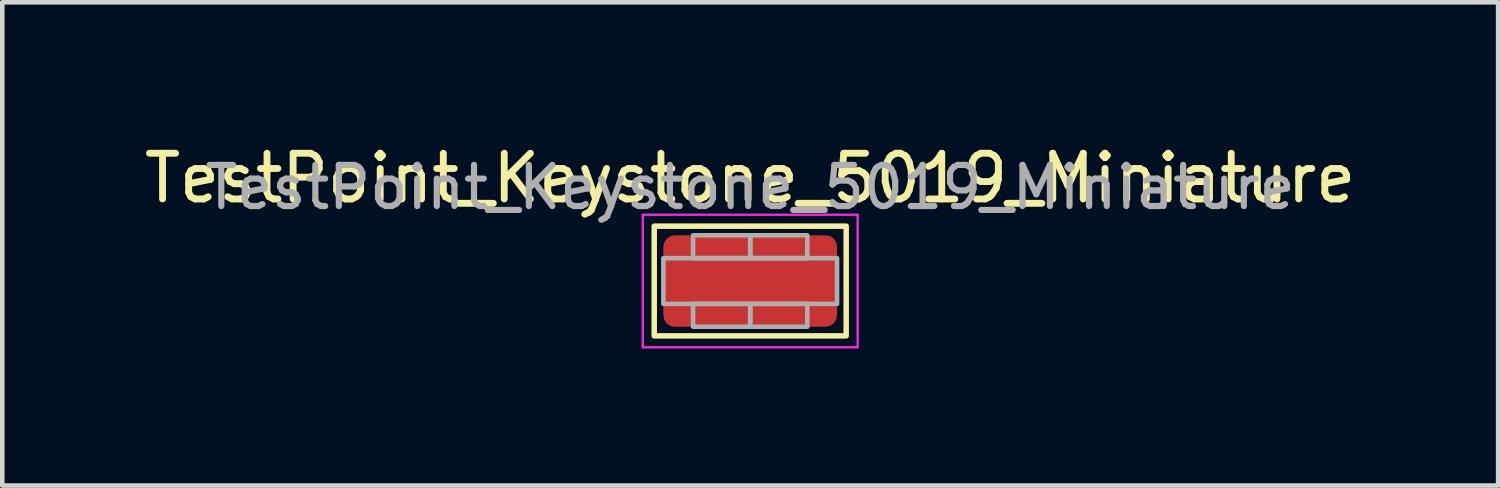
<source format=kicad_pcb>
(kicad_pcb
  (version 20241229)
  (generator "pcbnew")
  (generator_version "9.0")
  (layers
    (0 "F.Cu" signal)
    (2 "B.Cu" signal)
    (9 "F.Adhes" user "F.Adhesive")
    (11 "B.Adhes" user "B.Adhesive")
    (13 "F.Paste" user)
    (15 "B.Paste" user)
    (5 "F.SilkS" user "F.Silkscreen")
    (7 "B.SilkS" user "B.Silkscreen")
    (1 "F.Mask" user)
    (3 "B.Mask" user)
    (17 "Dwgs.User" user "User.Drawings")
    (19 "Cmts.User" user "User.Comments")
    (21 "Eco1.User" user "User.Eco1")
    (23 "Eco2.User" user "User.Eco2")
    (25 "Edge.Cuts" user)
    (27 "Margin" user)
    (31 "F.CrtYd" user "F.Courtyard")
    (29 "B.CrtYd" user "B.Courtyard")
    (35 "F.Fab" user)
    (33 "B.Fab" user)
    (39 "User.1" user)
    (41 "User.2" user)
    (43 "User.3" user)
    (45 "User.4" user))
  (footprint "TestPoint_Keystone_5019_Miniature"
    (layer "F.Cu")
    (at 13.363 3.098)
    (property "Reference" "TestPoint_Keystone_5019_Miniature" (at 0 -2.25 0) (layer "F.SilkS") (effects (font (size 1 1) (thickness 0.15))))
    (attr smd)
    (fp_rect (start -2.1 -1.2) (end 2.1 1.2) (stroke (width 0.12) (type default)) (fill no) (layer "F.SilkS"))
    (fp_line (start -2.35 -1.45) (end 2.35 -1.45) (stroke (width 0.05) (type solid)) (layer "F.CrtYd"))
    (fp_line (start -2.35 1.45) (end -2.35 -1.45) (stroke (width 0.05) (type solid)) (layer "F.CrtYd"))
    (fp_line (start 2.35 -1.45) (end 2.35 1.45) (stroke (width 0.05) (type solid)) (layer "F.CrtYd"))
    (fp_line (start 2.35 1.45) (end -2.35 1.45) (stroke (width 0.05) (type solid)) (layer "F.CrtYd"))
    (fp_rect (start -1.9 -0.5) (end 1.9 0.5) (stroke (width 0.1) (type default)) (fill no) (layer "F.Fab"))
    (fp_rect (start -1.25 -1) (end 0 -0.5) (stroke (width 0.1) (type default)) (fill no) (layer "F.Fab"))
    (fp_rect (start -1.25 0.5) (end 0 1) (stroke (width 0.1) (type default)) (fill no) (layer "F.Fab"))
    (fp_rect (start 0 -1) (end 1.25 -0.5) (stroke (width 0.1) (type default)) (fill no) (layer "F.Fab"))
    (fp_rect (start 0 0.5) (end 1.25 1) (stroke (width 0.1) (type default)) (fill no) (layer "F.Fab"))
    (fp_text user "${REFERENCE}" (at 0 -2.05 0) (layer "F.Fab") (effects (font (size 0.9 0.9) (thickness 0.135))))
    (pad "1" smd roundrect (at 0 0) (size 3.8 2) (layers "F.Cu" "F.Mask" "F.Paste") (roundrect_rratio 0.125)))
  (gr_rect
    (start -3 -3)
    (end 29.726 7.573)
    (stroke (width 0.1) (type default))
    (fill no)
    (layer "Edge.Cuts")))
</source>
